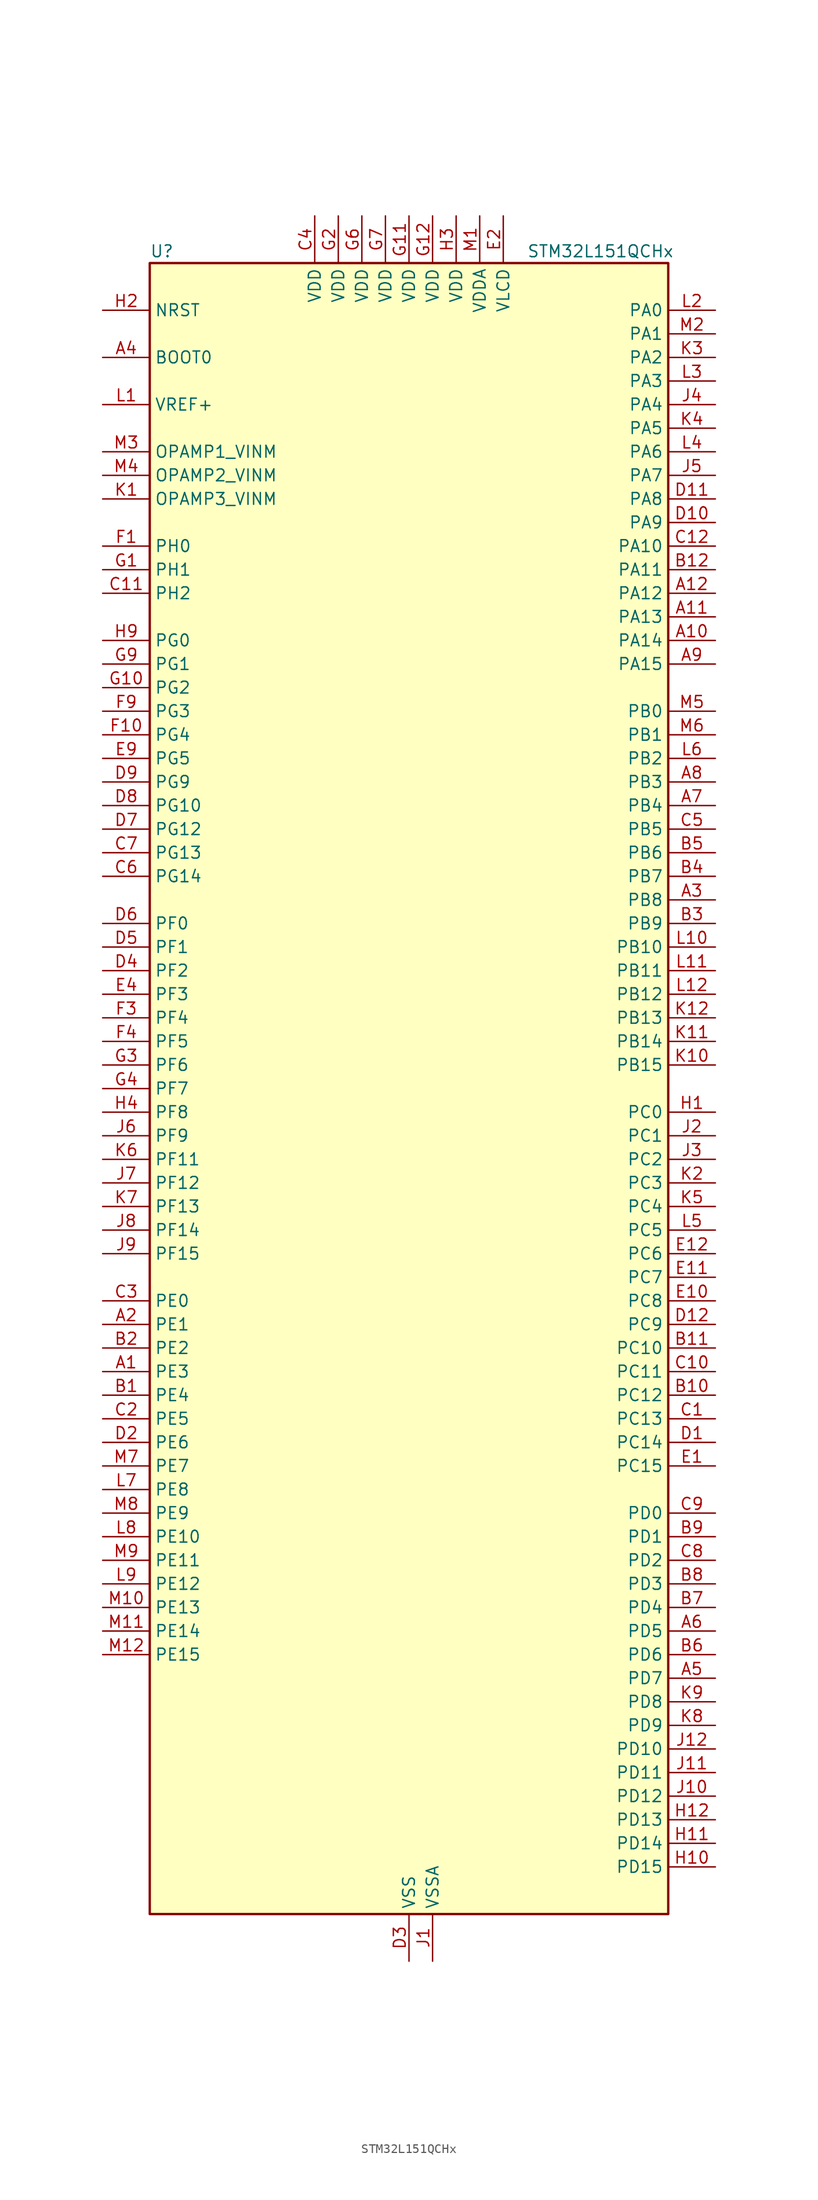
<source format=kicad_sym>
(kicad_symbol_lib
  (version 20241209)
  (generator "kicad_symbol_editor")
  (generator_version "9.0")
  (symbol "STM32L151QCHx"
    (property "Reference" "U"
      (at -27.94 90.17 0)
      (effects (font (size 1.27 1.27)) (justify left)))
    (property "Value" "STM32L151QCHx"
      (at 12.7 90.17 0)
      (effects (font (size 1.27 1.27)) (justify left)))
    (symbol "STM32L151QCHx_0_1"
      (rectangle (start -27.94 -88.9) (end 27.94 88.9) (stroke (width 0.254) (type default)) (fill (type background))))
    (symbol "STM32L151QCHx_1_1"
      (pin input line (at -33.02 83.82 0) (length 5.08) (name "NRST" (effects (font (size 1.27 1.27)))) (number "H2" (effects (font (size 1.27 1.27)))))
      (pin input line (at -33.02 78.74 0) (length 5.08) (name "BOOT0" (effects (font (size 1.27 1.27)))) (number "A4" (effects (font (size 1.27 1.27)))))
      (pin input line (at -33.02 73.66 0) (length 5.08) (name "VREF+" (effects (font (size 1.27 1.27)))) (number "L1" (effects (font (size 1.27 1.27)))))
      (pin input line (at -33.02 68.58 0) (length 5.08) (name "OPAMP1_VINM" (effects (font (size 1.27 1.27)))) (number "M3" (effects (font (size 1.27 1.27)))) (alternate "OPAMP1_VINM" bidirectional line))
      (pin input line (at -33.02 66.04 0) (length 5.08) (name "OPAMP2_VINM" (effects (font (size 1.27 1.27)))) (number "M4" (effects (font (size 1.27 1.27)))) (alternate "OPAMP2_VINM" bidirectional line))
      (pin input line (at -33.02 63.5 0) (length 5.08) (name "OPAMP3_VINM" (effects (font (size 1.27 1.27)))) (number "K1" (effects (font (size 1.27 1.27)))))
      (pin bidirectional line (at -33.02 58.42 0) (length 5.08) (name "PH0" (effects (font (size 1.27 1.27)))) (number "F1" (effects (font (size 1.27 1.27)))) (alternate "RCC_OSC_IN" bidirectional line))
      (pin bidirectional line (at -33.02 55.88 0) (length 5.08) (name "PH1" (effects (font (size 1.27 1.27)))) (number "G1" (effects (font (size 1.27 1.27)))) (alternate "RCC_OSC_OUT" bidirectional line))
      (pin bidirectional line (at -33.02 53.34 0) (length 5.08) (name "PH2" (effects (font (size 1.27 1.27)))) (number "C11" (effects (font (size 1.27 1.27)))))
      (pin bidirectional line (at -33.02 48.26 0) (length 5.08) (name "PG0" (effects (font (size 1.27 1.27)))) (number "H9" (effects (font (size 1.27 1.27)))) (alternate "ADC_IN8b" bidirectional line) (alternate "TS_G2_IO4" bidirectional line))
      (pin bidirectional line (at -33.02 45.72 0) (length 5.08) (name "PG1" (effects (font (size 1.27 1.27)))) (number "G9" (effects (font (size 1.27 1.27)))) (alternate "ADC_IN9b" bidirectional line) (alternate "TS_G2_IO5" bidirectional line))
      (pin bidirectional line (at -33.02 43.18 0) (length 5.08) (name "PG2" (effects (font (size 1.27 1.27)))) (number "G10" (effects (font (size 1.27 1.27)))) (alternate "ADC_IN10b" bidirectional line) (alternate "TS_G7_IO5" bidirectional line))
      (pin bidirectional line (at -33.02 40.64 0) (length 5.08) (name "PG3" (effects (font (size 1.27 1.27)))) (number "F9" (effects (font (size 1.27 1.27)))) (alternate "ADC_IN11b" bidirectional line) (alternate "TS_G7_IO6" bidirectional line))
      (pin bidirectional line (at -33.02 38.1 0) (length 5.08) (name "PG4" (effects (font (size 1.27 1.27)))) (number "F10" (effects (font (size 1.27 1.27)))) (alternate "ADC_IN12b" bidirectional line) (alternate "TS_G7_IO7" bidirectional line))
      (pin bidirectional line (at -33.02 35.56 0) (length 5.08) (name "PG5" (effects (font (size 1.27 1.27)))) (number "E9" (effects (font (size 1.27 1.27)))))
      (pin bidirectional line (at -33.02 33.02 0) (length 5.08) (name "PG9" (effects (font (size 1.27 1.27)))) (number "D9" (effects (font (size 1.27 1.27)))) (alternate "DAC_EXTI9" bidirectional line))
      (pin bidirectional line (at -33.02 30.48 0) (length 5.08) (name "PG10" (effects (font (size 1.27 1.27)))) (number "D8" (effects (font (size 1.27 1.27)))))
      (pin bidirectional line (at -33.02 27.94 0) (length 5.08) (name "PG12" (effects (font (size 1.27 1.27)))) (number "D7" (effects (font (size 1.27 1.27)))))
      (pin bidirectional line (at -33.02 25.4 0) (length 5.08) (name "PG13" (effects (font (size 1.27 1.27)))) (number "C7" (effects (font (size 1.27 1.27)))))
      (pin bidirectional line (at -33.02 22.86 0) (length 5.08) (name "PG14" (effects (font (size 1.27 1.27)))) (number "C6" (effects (font (size 1.27 1.27)))))
      (pin bidirectional line (at -33.02 17.78 0) (length 5.08) (name "PF0" (effects (font (size 1.27 1.27)))) (number "D6" (effects (font (size 1.27 1.27)))))
      (pin bidirectional line (at -33.02 15.24 0) (length 5.08) (name "PF1" (effects (font (size 1.27 1.27)))) (number "D5" (effects (font (size 1.27 1.27)))))
      (pin bidirectional line (at -33.02 12.7 0) (length 5.08) (name "PF2" (effects (font (size 1.27 1.27)))) (number "D4" (effects (font (size 1.27 1.27)))))
      (pin bidirectional line (at -33.02 10.16 0) (length 5.08) (name "PF3" (effects (font (size 1.27 1.27)))) (number "E4" (effects (font (size 1.27 1.27)))))
      (pin bidirectional line (at -33.02 7.62 0) (length 5.08) (name "PF4" (effects (font (size 1.27 1.27)))) (number "F3" (effects (font (size 1.27 1.27)))))
      (pin bidirectional line (at -33.02 5.08 0) (length 5.08) (name "PF5" (effects (font (size 1.27 1.27)))) (number "F4" (effects (font (size 1.27 1.27)))))
      (pin bidirectional line (at -33.02 2.54 0) (length 5.08) (name "PF6" (effects (font (size 1.27 1.27)))) (number "G3" (effects (font (size 1.27 1.27)))) (alternate "ADC_IN27" bidirectional line) (alternate "TIM5_CH1" bidirectional line) (alternate "TIM5_ETR" bidirectional line) (alternate "TS_G11_IO1" bidirectional line))
      (pin bidirectional line (at -33.02 0 0) (length 5.08) (name "PF7" (effects (font (size 1.27 1.27)))) (number "G4" (effects (font (size 1.27 1.27)))) (alternate "ADC_IN28" bidirectional line) (alternate "COMP1_INP" bidirectional line) (alternate "TIM5_CH2" bidirectional line) (alternate "TS_G11_IO2" bidirectional line))
      (pin bidirectional line (at -33.02 -2.54 0) (length 5.08) (name "PF8" (effects (font (size 1.27 1.27)))) (number "H4" (effects (font (size 1.27 1.27)))) (alternate "ADC_IN29" bidirectional line) (alternate "COMP1_INP" bidirectional line) (alternate "TIM5_CH3" bidirectional line) (alternate "TS_G11_IO3" bidirectional line))
      (pin bidirectional line (at -33.02 -5.08 0) (length 5.08) (name "PF9" (effects (font (size 1.27 1.27)))) (number "J6" (effects (font (size 1.27 1.27)))) (alternate "ADC_IN30" bidirectional line) (alternate "COMP1_INP" bidirectional line) (alternate "DAC_EXTI9" bidirectional line) (alternate "TIM5_CH4" bidirectional line) (alternate "TS_G11_IO4" bidirectional line))
      (pin bidirectional line (at -33.02 -7.62 0) (length 5.08) (name "PF11" (effects (font (size 1.27 1.27)))) (number "K6" (effects (font (size 1.27 1.27)))) (alternate "ADC_EXTI11" bidirectional line) (alternate "ADC_IN1b" bidirectional line) (alternate "TS_G3_IO4" bidirectional line))
      (pin bidirectional line (at -33.02 -10.16 0) (length 5.08) (name "PF12" (effects (font (size 1.27 1.27)))) (number "J7" (effects (font (size 1.27 1.27)))) (alternate "ADC_IN2b" bidirectional line) (alternate "TS_G3_IO5" bidirectional line))
      (pin bidirectional line (at -33.02 -12.7 0) (length 5.08) (name "PF13" (effects (font (size 1.27 1.27)))) (number "K7" (effects (font (size 1.27 1.27)))) (alternate "ADC_IN3b" bidirectional line) (alternate "TS_G9_IO3" bidirectional line))
      (pin bidirectional line (at -33.02 -15.24 0) (length 5.08) (name "PF14" (effects (font (size 1.27 1.27)))) (number "J8" (effects (font (size 1.27 1.27)))) (alternate "ADC_IN6b" bidirectional line) (alternate "TS_G9_IO4" bidirectional line))
      (pin bidirectional line (at -33.02 -17.78 0) (length 5.08) (name "PF15" (effects (font (size 1.27 1.27)))) (number "J9" (effects (font (size 1.27 1.27)))) (alternate "ADC_EXTI15" bidirectional line) (alternate "ADC_IN7b" bidirectional line) (alternate "TS_G2_IO3" bidirectional line))
      (pin bidirectional line (at -33.02 -22.86 0) (length 5.08) (name "PE0" (effects (font (size 1.27 1.27)))) (number "C3" (effects (font (size 1.27 1.27)))) (alternate "TIM10_CH1" bidirectional line) (alternate "TIM4_ETR" bidirectional line) (alternate "TIMX_IC1" bidirectional line))
      (pin bidirectional line (at -33.02 -25.4 0) (length 5.08) (name "PE1" (effects (font (size 1.27 1.27)))) (number "A2" (effects (font (size 1.27 1.27)))) (alternate "TIM11_CH1" bidirectional line) (alternate "TIMX_IC2" bidirectional line))
      (pin bidirectional line (at -33.02 -27.94 0) (length 5.08) (name "PE2" (effects (font (size 1.27 1.27)))) (number "B2" (effects (font (size 1.27 1.27)))) (alternate "SYS_TRACECK" bidirectional line) (alternate "TIM3_ETR" bidirectional line) (alternate "TIMX_IC3" bidirectional line))
      (pin bidirectional line (at -33.02 -30.48 0) (length 5.08) (name "PE3" (effects (font (size 1.27 1.27)))) (number "A1" (effects (font (size 1.27 1.27)))) (alternate "SYS_TRACED0" bidirectional line) (alternate "TIM3_CH1" bidirectional line) (alternate "TIMX_IC4" bidirectional line))
      (pin bidirectional line (at -33.02 -33.02 0) (length 5.08) (name "PE4" (effects (font (size 1.27 1.27)))) (number "B1" (effects (font (size 1.27 1.27)))) (alternate "SYS_TRACED1" bidirectional line) (alternate "TIM3_CH2" bidirectional line) (alternate "TIMX_IC1" bidirectional line))
      (pin bidirectional line (at -33.02 -35.56 0) (length 5.08) (name "PE5" (effects (font (size 1.27 1.27)))) (number "C2" (effects (font (size 1.27 1.27)))) (alternate "SYS_TRACED2" bidirectional line) (alternate "TIM9_CH1" bidirectional line) (alternate "TIMX_IC2" bidirectional line))
      (pin bidirectional line (at -33.02 -38.1 0) (length 5.08) (name "PE6" (effects (font (size 1.27 1.27)))) (number "D2" (effects (font (size 1.27 1.27)))) (alternate "RTC_TAMP3" bidirectional line) (alternate "SYS_TRACED3" bidirectional line) (alternate "SYS_WKUP3" bidirectional line) (alternate "TIM9_CH2" bidirectional line) (alternate "TIMX_IC3" bidirectional line))
      (pin bidirectional line (at -33.02 -40.64 0) (length 5.08) (name "PE7" (effects (font (size 1.27 1.27)))) (number "M7" (effects (font (size 1.27 1.27)))) (alternate "ADC_IN22" bidirectional line) (alternate "COMP1_INP" bidirectional line) (alternate "TIMX_IC4" bidirectional line))
      (pin bidirectional line (at -33.02 -43.18 0) (length 5.08) (name "PE8" (effects (font (size 1.27 1.27)))) (number "L7" (effects (font (size 1.27 1.27)))) (alternate "ADC_IN23" bidirectional line) (alternate "COMP1_INP" bidirectional line) (alternate "TIMX_IC1" bidirectional line))
      (pin bidirectional line (at -33.02 -45.72 0) (length 5.08) (name "PE9" (effects (font (size 1.27 1.27)))) (number "M8" (effects (font (size 1.27 1.27)))) (alternate "ADC_IN24" bidirectional line) (alternate "COMP1_INP" bidirectional line) (alternate "DAC_EXTI9" bidirectional line) (alternate "TIM2_CH1" bidirectional line) (alternate "TIM2_ETR" bidirectional line) (alternate "TIMX_IC2" bidirectional line))
      (pin bidirectional line (at -33.02 -48.26 0) (length 5.08) (name "PE10" (effects (font (size 1.27 1.27)))) (number "L8" (effects (font (size 1.27 1.27)))) (alternate "ADC_IN25" bidirectional line) (alternate "COMP1_INP" bidirectional line) (alternate "TIM2_CH2" bidirectional line) (alternate "TIMX_IC3" bidirectional line))
      (pin bidirectional line (at -33.02 -50.8 0) (length 5.08) (name "PE11" (effects (font (size 1.27 1.27)))) (number "M9" (effects (font (size 1.27 1.27)))) (alternate "ADC_EXTI11" bidirectional line) (alternate "TIM2_CH3" bidirectional line) (alternate "TIMX_IC4" bidirectional line))
      (pin bidirectional line (at -33.02 -53.34 0) (length 5.08) (name "PE12" (effects (font (size 1.27 1.27)))) (number "L9" (effects (font (size 1.27 1.27)))) (alternate "SPI1_NSS" bidirectional line) (alternate "TIM2_CH4" bidirectional line) (alternate "TIMX_IC1" bidirectional line))
      (pin bidirectional line (at -33.02 -55.88 0) (length 5.08) (name "PE13" (effects (font (size 1.27 1.27)))) (number "M10" (effects (font (size 1.27 1.27)))) (alternate "SPI1_SCK" bidirectional line) (alternate "TIMX_IC2" bidirectional line))
      (pin bidirectional line (at -33.02 -58.42 0) (length 5.08) (name "PE14" (effects (font (size 1.27 1.27)))) (number "M11" (effects (font (size 1.27 1.27)))) (alternate "SPI1_MISO" bidirectional line) (alternate "TIMX_IC3" bidirectional line))
      (pin bidirectional line (at -33.02 -60.96 0) (length 5.08) (name "PE15" (effects (font (size 1.27 1.27)))) (number "M12" (effects (font (size 1.27 1.27)))) (alternate "ADC_EXTI15" bidirectional line) (alternate "SPI1_MOSI" bidirectional line) (alternate "TIMX_IC4" bidirectional line))
      (pin power_in line (at -10.16 93.98 270) (length 5.08) (name "VDD" (effects (font (size 1.27 1.27)))) (number "C4" (effects (font (size 1.27 1.27)))))
      (pin power_in line (at -7.62 93.98 270) (length 5.08) (name "VDD" (effects (font (size 1.27 1.27)))) (number "G2" (effects (font (size 1.27 1.27)))))
      (pin power_in line (at -5.08 93.98 270) (length 5.08) (name "VDD" (effects (font (size 1.27 1.27)))) (number "G6" (effects (font (size 1.27 1.27)))))
      (pin power_in line (at -2.54 93.98 270) (length 5.08) (name "VDD" (effects (font (size 1.27 1.27)))) (number "G7" (effects (font (size 1.27 1.27)))))
      (pin power_in line (at 0 93.98 270) (length 5.08) (name "VDD" (effects (font (size 1.27 1.27)))) (number "G11" (effects (font (size 1.27 1.27)))))
      (pin power_in line (at 0 -93.98 90) (length 5.08) (name "VSS" (effects (font (size 1.27 1.27)))) (number "D3" (effects (font (size 1.27 1.27)))))
      (pin passive line (at 0 -93.98 90) (length 5.08) (hide yes) (name "VSS" (effects (font (size 1.27 1.27)))) (number "E3" (effects (font (size 1.27 1.27)))))
      (pin passive line (at 0 -93.98 90) (length 5.08) (hide yes) (name "VSS" (effects (font (size 1.27 1.27)))) (number "F11" (effects (font (size 1.27 1.27)))))
      (pin passive line (at 0 -93.98 90) (length 5.08) (hide yes) (name "VSS" (effects (font (size 1.27 1.27)))) (number "F12" (effects (font (size 1.27 1.27)))))
      (pin passive line (at 0 -93.98 90) (length 5.08) (hide yes) (name "VSS" (effects (font (size 1.27 1.27)))) (number "F2" (effects (font (size 1.27 1.27)))))
      (pin passive line (at 0 -93.98 90) (length 5.08) (hide yes) (name "VSS" (effects (font (size 1.27 1.27)))) (number "F6" (effects (font (size 1.27 1.27)))))
      (pin passive line (at 0 -93.98 90) (length 5.08) (hide yes) (name "VSS" (effects (font (size 1.27 1.27)))) (number "F7" (effects (font (size 1.27 1.27)))))
      (pin power_in line (at 2.54 93.98 270) (length 5.08) (name "VDD" (effects (font (size 1.27 1.27)))) (number "G12" (effects (font (size 1.27 1.27)))))
      (pin power_in line (at 2.54 -93.98 90) (length 5.08) (name "VSSA" (effects (font (size 1.27 1.27)))) (number "J1" (effects (font (size 1.27 1.27)))))
      (pin power_in line (at 5.08 93.98 270) (length 5.08) (name "VDD" (effects (font (size 1.27 1.27)))) (number "H3" (effects (font (size 1.27 1.27)))))
      (pin power_in line (at 7.62 93.98 270) (length 5.08) (name "VDDA" (effects (font (size 1.27 1.27)))) (number "M1" (effects (font (size 1.27 1.27)))))
      (pin power_in line (at 10.16 93.98 270) (length 5.08) (name "VLCD" (effects (font (size 1.27 1.27)))) (number "E2" (effects (font (size 1.27 1.27)))))
      (pin bidirectional line (at 33.02 83.82 180) (length 5.08) (name "PA0" (effects (font (size 1.27 1.27)))) (number "L2" (effects (font (size 1.27 1.27)))) (alternate "ADC_IN0" bidirectional line) (alternate "COMP1_INP" bidirectional line) (alternate "RTC_TAMP2" bidirectional line) (alternate "SYS_WKUP1" bidirectional line) (alternate "TIM2_CH1" bidirectional line) (alternate "TIM2_ETR" bidirectional line) (alternate "TIM5_CH1" bidirectional line) (alternate "TIMX_IC1" bidirectional line) (alternate "TS_G1_IO1" bidirectional line) (alternate "USART2_CTS" bidirectional line))
      (pin bidirectional line (at 33.02 81.28 180) (length 5.08) (name "PA1" (effects (font (size 1.27 1.27)))) (number "M2" (effects (font (size 1.27 1.27)))) (alternate "ADC_IN1" bidirectional line) (alternate "COMP1_INP" bidirectional line) (alternate "OPAMP1_VINP" bidirectional line) (alternate "TIM2_CH2" bidirectional line) (alternate "TIM5_CH2" bidirectional line) (alternate "TIMX_IC2" bidirectional line) (alternate "TS_G1_IO2" bidirectional line) (alternate "USART2_RTS" bidirectional line))
      (pin bidirectional line (at 33.02 78.74 180) (length 5.08) (name "PA2" (effects (font (size 1.27 1.27)))) (number "K3" (effects (font (size 1.27 1.27)))) (alternate "ADC_IN2" bidirectional line) (alternate "COMP1_INP" bidirectional line) (alternate "TIM2_CH3" bidirectional line) (alternate "TIM5_CH3" bidirectional line) (alternate "TIM9_CH1" bidirectional line) (alternate "TIMX_IC3" bidirectional line) (alternate "TS_G1_IO3" bidirectional line) (alternate "USART2_TX" bidirectional line))
      (pin bidirectional line (at 33.02 76.2 180) (length 5.08) (name "PA3" (effects (font (size 1.27 1.27)))) (number "L3" (effects (font (size 1.27 1.27)))) (alternate "ADC_IN3" bidirectional line) (alternate "COMP1_INP" bidirectional line) (alternate "OPAMP1_VOUT" bidirectional line) (alternate "TIM2_CH4" bidirectional line) (alternate "TIM5_CH4" bidirectional line) (alternate "TIM9_CH2" bidirectional line) (alternate "TIMX_IC4" bidirectional line) (alternate "TS_G1_IO4" bidirectional line) (alternate "USART2_RX" bidirectional line))
      (pin bidirectional line (at 33.02 73.66 180) (length 5.08) (name "PA4" (effects (font (size 1.27 1.27)))) (number "J4" (effects (font (size 1.27 1.27)))) (alternate "ADC_IN4" bidirectional line) (alternate "COMP1_INP" bidirectional line) (alternate "DAC_OUT1" bidirectional line) (alternate "I2S3_WS" bidirectional line) (alternate "SPI1_NSS" bidirectional line) (alternate "SPI3_NSS" bidirectional line) (alternate "TIMX_IC1" bidirectional line) (alternate "USART2_CK" bidirectional line))
      (pin bidirectional line (at 33.02 71.12 180) (length 5.08) (name "PA5" (effects (font (size 1.27 1.27)))) (number "K4" (effects (font (size 1.27 1.27)))) (alternate "ADC_IN5" bidirectional line) (alternate "COMP1_INP" bidirectional line) (alternate "DAC_OUT2" bidirectional line) (alternate "SPI1_SCK" bidirectional line) (alternate "TIM2_CH1" bidirectional line) (alternate "TIM2_ETR" bidirectional line) (alternate "TIMX_IC2" bidirectional line))
      (pin bidirectional line (at 33.02 68.58 180) (length 5.08) (name "PA6" (effects (font (size 1.27 1.27)))) (number "L4" (effects (font (size 1.27 1.27)))) (alternate "ADC_IN6" bidirectional line) (alternate "COMP1_INP" bidirectional line) (alternate "OPAMP2_VINP" bidirectional line) (alternate "SPI1_MISO" bidirectional line) (alternate "TIM10_CH1" bidirectional line) (alternate "TIM3_CH1" bidirectional line) (alternate "TIMX_IC3" bidirectional line) (alternate "TS_G2_IO1" bidirectional line))
      (pin bidirectional line (at 33.02 66.04 180) (length 5.08) (name "PA7" (effects (font (size 1.27 1.27)))) (number "J5" (effects (font (size 1.27 1.27)))) (alternate "ADC_IN7" bidirectional line) (alternate "COMP1_INP" bidirectional line) (alternate "SPI1_MOSI" bidirectional line) (alternate "TIM11_CH1" bidirectional line) (alternate "TIM3_CH2" bidirectional line) (alternate "TIMX_IC4" bidirectional line) (alternate "TS_G2_IO2" bidirectional line))
      (pin bidirectional line (at 33.02 63.5 180) (length 5.08) (name "PA8" (effects (font (size 1.27 1.27)))) (number "D11" (effects (font (size 1.27 1.27)))) (alternate "RCC_MCO" bidirectional line) (alternate "TIMX_IC1" bidirectional line) (alternate "TS_G4_IO1" bidirectional line) (alternate "USART1_CK" bidirectional line))
      (pin bidirectional line (at 33.02 60.96 180) (length 5.08) (name "PA9" (effects (font (size 1.27 1.27)))) (number "D10" (effects (font (size 1.27 1.27)))) (alternate "DAC_EXTI9" bidirectional line) (alternate "TIMX_IC2" bidirectional line) (alternate "TS_G4_IO2" bidirectional line) (alternate "USART1_TX" bidirectional line))
      (pin bidirectional line (at 33.02 58.42 180) (length 5.08) (name "PA10" (effects (font (size 1.27 1.27)))) (number "C12" (effects (font (size 1.27 1.27)))) (alternate "TIMX_IC3" bidirectional line) (alternate "TS_G4_IO3" bidirectional line) (alternate "USART1_RX" bidirectional line))
      (pin bidirectional line (at 33.02 55.88 180) (length 5.08) (name "PA11" (effects (font (size 1.27 1.27)))) (number "B12" (effects (font (size 1.27 1.27)))) (alternate "ADC_EXTI11" bidirectional line) (alternate "SPI1_MISO" bidirectional line) (alternate "TIMX_IC4" bidirectional line) (alternate "USART1_CTS" bidirectional line) (alternate "USB_DM" bidirectional line))
      (pin bidirectional line (at 33.02 53.34 180) (length 5.08) (name "PA12" (effects (font (size 1.27 1.27)))) (number "A12" (effects (font (size 1.27 1.27)))) (alternate "SPI1_MOSI" bidirectional line) (alternate "TIMX_IC1" bidirectional line) (alternate "USART1_RTS" bidirectional line) (alternate "USB_DP" bidirectional line))
      (pin bidirectional line (at 33.02 50.8 180) (length 5.08) (name "PA13" (effects (font (size 1.27 1.27)))) (number "A11" (effects (font (size 1.27 1.27)))) (alternate "SYS_JTMS-SWDIO" bidirectional line) (alternate "TIMX_IC2" bidirectional line) (alternate "TS_G5_IO1" bidirectional line))
      (pin bidirectional line (at 33.02 48.26 180) (length 5.08) (name "PA14" (effects (font (size 1.27 1.27)))) (number "A10" (effects (font (size 1.27 1.27)))) (alternate "SYS_JTCK-SWCLK" bidirectional line) (alternate "TIMX_IC3" bidirectional line) (alternate "TS_G5_IO2" bidirectional line))
      (pin bidirectional line (at 33.02 45.72 180) (length 5.08) (name "PA15" (effects (font (size 1.27 1.27)))) (number "A9" (effects (font (size 1.27 1.27)))) (alternate "ADC_EXTI15" bidirectional line) (alternate "I2S3_WS" bidirectional line) (alternate "SPI1_NSS" bidirectional line) (alternate "SPI3_NSS" bidirectional line) (alternate "SYS_JTDI" bidirectional line) (alternate "TIM2_CH1" bidirectional line) (alternate "TIM2_ETR" bidirectional line) (alternate "TIMX_IC4" bidirectional line) (alternate "TS_G5_IO3" bidirectional line))
      (pin bidirectional line (at 33.02 40.64 180) (length 5.08) (name "PB0" (effects (font (size 1.27 1.27)))) (number "M5" (effects (font (size 1.27 1.27)))) (alternate "ADC_IN8" bidirectional line) (alternate "COMP1_INP" bidirectional line) (alternate "OPAMP2_VOUT" bidirectional line) (alternate "SYS_V_REF_OUT" bidirectional line) (alternate "TIM3_CH3" bidirectional line) (alternate "TS_G3_IO1" bidirectional line))
      (pin bidirectional line (at 33.02 38.1 180) (length 5.08) (name "PB1" (effects (font (size 1.27 1.27)))) (number "M6" (effects (font (size 1.27 1.27)))) (alternate "ADC_IN9" bidirectional line) (alternate "COMP1_INP" bidirectional line) (alternate "SYS_V_REF_OUT" bidirectional line) (alternate "TIM3_CH4" bidirectional line) (alternate "TS_G3_IO2" bidirectional line))
      (pin bidirectional line (at 33.02 35.56 180) (length 5.08) (name "PB2" (effects (font (size 1.27 1.27)))) (number "L6" (effects (font (size 1.27 1.27)))) (alternate "ADC_IN0b" bidirectional line) (alternate "TS_G3_IO3" bidirectional line))
      (pin bidirectional line (at 33.02 33.02 180) (length 5.08) (name "PB3" (effects (font (size 1.27 1.27)))) (number "A8" (effects (font (size 1.27 1.27)))) (alternate "COMP2_INM" bidirectional line) (alternate "I2S3_CK" bidirectional line) (alternate "SPI1_SCK" bidirectional line) (alternate "SPI3_SCK" bidirectional line) (alternate "SYS_JTDO-TRACESWO" bidirectional line) (alternate "TIM2_CH2" bidirectional line))
      (pin bidirectional line (at 33.02 30.48 180) (length 5.08) (name "PB4" (effects (font (size 1.27 1.27)))) (number "A7" (effects (font (size 1.27 1.27)))) (alternate "COMP2_INP" bidirectional line) (alternate "SPI1_MISO" bidirectional line) (alternate "SPI3_MISO" bidirectional line) (alternate "SYS_JTRST" bidirectional line) (alternate "TIM3_CH1" bidirectional line) (alternate "TS_G6_IO1" bidirectional line))
      (pin bidirectional line (at 33.02 27.94 180) (length 5.08) (name "PB5" (effects (font (size 1.27 1.27)))) (number "C5" (effects (font (size 1.27 1.27)))) (alternate "COMP2_INP" bidirectional line) (alternate "I2C1_SMBA" bidirectional line) (alternate "I2S3_SD" bidirectional line) (alternate "SPI1_MOSI" bidirectional line) (alternate "SPI3_MOSI" bidirectional line) (alternate "TIM3_CH2" bidirectional line) (alternate "TS_G6_IO2" bidirectional line))
      (pin bidirectional line (at 33.02 25.4 180) (length 5.08) (name "PB6" (effects (font (size 1.27 1.27)))) (number "B5" (effects (font (size 1.27 1.27)))) (alternate "COMP2_INP" bidirectional line) (alternate "I2C1_SCL" bidirectional line) (alternate "TIM4_CH1" bidirectional line) (alternate "TS_G6_IO3" bidirectional line) (alternate "USART1_TX" bidirectional line))
      (pin bidirectional line (at 33.02 22.86 180) (length 5.08) (name "PB7" (effects (font (size 1.27 1.27)))) (number "B4" (effects (font (size 1.27 1.27)))) (alternate "COMP2_INP" bidirectional line) (alternate "I2C1_SDA" bidirectional line) (alternate "SYS_PVD_IN" bidirectional line) (alternate "TIM4_CH2" bidirectional line) (alternate "TS_G6_IO4" bidirectional line) (alternate "USART1_RX" bidirectional line))
      (pin bidirectional line (at 33.02 20.32 180) (length 5.08) (name "PB8" (effects (font (size 1.27 1.27)))) (number "A3" (effects (font (size 1.27 1.27)))) (alternate "I2C1_SCL" bidirectional line) (alternate "TIM10_CH1" bidirectional line) (alternate "TIM4_CH3" bidirectional line))
      (pin bidirectional line (at 33.02 17.78 180) (length 5.08) (name "PB9" (effects (font (size 1.27 1.27)))) (number "B3" (effects (font (size 1.27 1.27)))) (alternate "DAC_EXTI9" bidirectional line) (alternate "I2C1_SDA" bidirectional line) (alternate "TIM11_CH1" bidirectional line) (alternate "TIM4_CH4" bidirectional line))
      (pin bidirectional line (at 33.02 15.24 180) (length 5.08) (name "PB10" (effects (font (size 1.27 1.27)))) (number "L10" (effects (font (size 1.27 1.27)))) (alternate "I2C2_SCL" bidirectional line) (alternate "TIM2_CH3" bidirectional line) (alternate "USART3_TX" bidirectional line))
      (pin bidirectional line (at 33.02 12.7 180) (length 5.08) (name "PB11" (effects (font (size 1.27 1.27)))) (number "L11" (effects (font (size 1.27 1.27)))) (alternate "ADC_EXTI11" bidirectional line) (alternate "I2C2_SDA" bidirectional line) (alternate "TIM2_CH4" bidirectional line) (alternate "USART3_RX" bidirectional line))
      (pin bidirectional line (at 33.02 10.16 180) (length 5.08) (name "PB12" (effects (font (size 1.27 1.27)))) (number "L12" (effects (font (size 1.27 1.27)))) (alternate "ADC_IN18" bidirectional line) (alternate "COMP1_INP" bidirectional line) (alternate "I2C2_SMBA" bidirectional line) (alternate "I2S2_WS" bidirectional line) (alternate "SPI2_NSS" bidirectional line) (alternate "TIM10_CH1" bidirectional line) (alternate "TS_G7_IO1" bidirectional line) (alternate "USART3_CK" bidirectional line))
      (pin bidirectional line (at 33.02 7.62 180) (length 5.08) (name "PB13" (effects (font (size 1.27 1.27)))) (number "K12" (effects (font (size 1.27 1.27)))) (alternate "ADC_IN19" bidirectional line) (alternate "COMP1_INP" bidirectional line) (alternate "I2S2_CK" bidirectional line) (alternate "SPI2_SCK" bidirectional line) (alternate "TIM9_CH1" bidirectional line) (alternate "TS_G7_IO2" bidirectional line) (alternate "USART3_CTS" bidirectional line))
      (pin bidirectional line (at 33.02 5.08 180) (length 5.08) (name "PB14" (effects (font (size 1.27 1.27)))) (number "K11" (effects (font (size 1.27 1.27)))) (alternate "ADC_IN20" bidirectional line) (alternate "COMP1_INP" bidirectional line) (alternate "SPI2_MISO" bidirectional line) (alternate "TIM9_CH2" bidirectional line) (alternate "TS_G7_IO3" bidirectional line) (alternate "USART3_RTS" bidirectional line))
      (pin bidirectional line (at 33.02 2.54 180) (length 5.08) (name "PB15" (effects (font (size 1.27 1.27)))) (number "K10" (effects (font (size 1.27 1.27)))) (alternate "ADC_EXTI15" bidirectional line) (alternate "ADC_IN21" bidirectional line) (alternate "COMP1_INP" bidirectional line) (alternate "I2S2_SD" bidirectional line) (alternate "RTC_REFIN" bidirectional line) (alternate "SPI2_MOSI" bidirectional line) (alternate "TIM11_CH1" bidirectional line) (alternate "TS_G7_IO4" bidirectional line))
      (pin bidirectional line (at 33.02 -2.54 180) (length 5.08) (name "PC0" (effects (font (size 1.27 1.27)))) (number "H1" (effects (font (size 1.27 1.27)))) (alternate "ADC_IN10" bidirectional line) (alternate "COMP1_INP" bidirectional line) (alternate "TIMX_IC1" bidirectional line) (alternate "TS_G8_IO1" bidirectional line))
      (pin bidirectional line (at 33.02 -5.08 180) (length 5.08) (name "PC1" (effects (font (size 1.27 1.27)))) (number "J2" (effects (font (size 1.27 1.27)))) (alternate "ADC_IN11" bidirectional line) (alternate "COMP1_INP" bidirectional line) (alternate "TIMX_IC2" bidirectional line) (alternate "TS_G8_IO2" bidirectional line))
      (pin bidirectional line (at 33.02 -7.62 180) (length 5.08) (name "PC2" (effects (font (size 1.27 1.27)))) (number "J3" (effects (font (size 1.27 1.27)))) (alternate "ADC_IN12" bidirectional line) (alternate "COMP1_INP" bidirectional line) (alternate "TIMX_IC3" bidirectional line) (alternate "TS_G8_IO3" bidirectional line))
      (pin bidirectional line (at 33.02 -10.16 180) (length 5.08) (name "PC3" (effects (font (size 1.27 1.27)))) (number "K2" (effects (font (size 1.27 1.27)))) (alternate "ADC_IN13" bidirectional line) (alternate "COMP1_INP" bidirectional line) (alternate "TIMX_IC4" bidirectional line) (alternate "TS_G8_IO4" bidirectional line))
      (pin bidirectional line (at 33.02 -12.7 180) (length 5.08) (name "PC4" (effects (font (size 1.27 1.27)))) (number "K5" (effects (font (size 1.27 1.27)))) (alternate "ADC_IN14" bidirectional line) (alternate "COMP1_INP" bidirectional line) (alternate "TIMX_IC1" bidirectional line) (alternate "TS_G9_IO1" bidirectional line))
      (pin bidirectional line (at 33.02 -15.24 180) (length 5.08) (name "PC5" (effects (font (size 1.27 1.27)))) (number "L5" (effects (font (size 1.27 1.27)))) (alternate "ADC_IN15" bidirectional line) (alternate "COMP1_INP" bidirectional line) (alternate "TIMX_IC2" bidirectional line) (alternate "TS_G9_IO2" bidirectional line))
      (pin bidirectional line (at 33.02 -17.78 180) (length 5.08) (name "PC6" (effects (font (size 1.27 1.27)))) (number "E12" (effects (font (size 1.27 1.27)))) (alternate "I2S2_MCK" bidirectional line) (alternate "TIM3_CH1" bidirectional line) (alternate "TIMX_IC3" bidirectional line) (alternate "TS_G10_IO1" bidirectional line))
      (pin bidirectional line (at 33.02 -20.32 180) (length 5.08) (name "PC7" (effects (font (size 1.27 1.27)))) (number "E11" (effects (font (size 1.27 1.27)))) (alternate "I2S3_MCK" bidirectional line) (alternate "TIM3_CH2" bidirectional line) (alternate "TIMX_IC4" bidirectional line) (alternate "TS_G10_IO2" bidirectional line))
      (pin bidirectional line (at 33.02 -22.86 180) (length 5.08) (name "PC8" (effects (font (size 1.27 1.27)))) (number "E10" (effects (font (size 1.27 1.27)))) (alternate "TIM3_CH3" bidirectional line) (alternate "TIMX_IC1" bidirectional line) (alternate "TS_G10_IO3" bidirectional line))
      (pin bidirectional line (at 33.02 -25.4 180) (length 5.08) (name "PC9" (effects (font (size 1.27 1.27)))) (number "D12" (effects (font (size 1.27 1.27)))) (alternate "DAC_EXTI9" bidirectional line) (alternate "TIM3_CH4" bidirectional line) (alternate "TIMX_IC2" bidirectional line) (alternate "TS_G10_IO4" bidirectional line))
      (pin bidirectional line (at 33.02 -27.94 180) (length 5.08) (name "PC10" (effects (font (size 1.27 1.27)))) (number "B11" (effects (font (size 1.27 1.27)))) (alternate "I2S3_CK" bidirectional line) (alternate "SPI3_SCK" bidirectional line) (alternate "TIMX_IC3" bidirectional line) (alternate "USART3_TX" bidirectional line))
      (pin bidirectional line (at 33.02 -30.48 180) (length 5.08) (name "PC11" (effects (font (size 1.27 1.27)))) (number "C10" (effects (font (size 1.27 1.27)))) (alternate "ADC_EXTI11" bidirectional line) (alternate "SPI3_MISO" bidirectional line) (alternate "TIMX_IC4" bidirectional line) (alternate "USART3_RX" bidirectional line))
      (pin bidirectional line (at 33.02 -33.02 180) (length 5.08) (name "PC12" (effects (font (size 1.27 1.27)))) (number "B10" (effects (font (size 1.27 1.27)))) (alternate "I2S3_SD" bidirectional line) (alternate "SPI3_MOSI" bidirectional line) (alternate "TIMX_IC1" bidirectional line) (alternate "USART3_CK" bidirectional line))
      (pin bidirectional line (at 33.02 -35.56 180) (length 5.08) (name "PC13" (effects (font (size 1.27 1.27)))) (number "C1" (effects (font (size 1.27 1.27)))) (alternate "RTC_OUT_ALARM" bidirectional line) (alternate "RTC_OUT_CALIB" bidirectional line) (alternate "RTC_TAMP1" bidirectional line) (alternate "RTC_TS" bidirectional line) (alternate "SYS_WKUP2" bidirectional line) (alternate "TIMX_IC2" bidirectional line))
      (pin bidirectional line (at 33.02 -38.1 180) (length 5.08) (name "PC14" (effects (font (size 1.27 1.27)))) (number "D1" (effects (font (size 1.27 1.27)))) (alternate "RCC_OSC32_IN" bidirectional line) (alternate "TIMX_IC3" bidirectional line))
      (pin bidirectional line (at 33.02 -40.64 180) (length 5.08) (name "PC15" (effects (font (size 1.27 1.27)))) (number "E1" (effects (font (size 1.27 1.27)))) (alternate "ADC_EXTI15" bidirectional line) (alternate "RCC_OSC32_OUT" bidirectional line) (alternate "TIMX_IC4" bidirectional line))
      (pin bidirectional line (at 33.02 -45.72 180) (length 5.08) (name "PD0" (effects (font (size 1.27 1.27)))) (number "C9" (effects (font (size 1.27 1.27)))) (alternate "I2S2_WS" bidirectional line) (alternate "SPI2_NSS" bidirectional line) (alternate "TIM9_CH1" bidirectional line) (alternate "TIMX_IC1" bidirectional line))
      (pin bidirectional line (at 33.02 -48.26 180) (length 5.08) (name "PD1" (effects (font (size 1.27 1.27)))) (number "B9" (effects (font (size 1.27 1.27)))) (alternate "I2S2_CK" bidirectional line) (alternate "SPI2_SCK" bidirectional line) (alternate "TIMX_IC2" bidirectional line))
      (pin bidirectional line (at 33.02 -50.8 180) (length 5.08) (name "PD2" (effects (font (size 1.27 1.27)))) (number "C8" (effects (font (size 1.27 1.27)))) (alternate "TIM3_ETR" bidirectional line) (alternate "TIMX_IC3" bidirectional line))
      (pin bidirectional line (at 33.02 -53.34 180) (length 5.08) (name "PD3" (effects (font (size 1.27 1.27)))) (number "B8" (effects (font (size 1.27 1.27)))) (alternate "SPI2_MISO" bidirectional line) (alternate "TIMX_IC4" bidirectional line) (alternate "USART2_CTS" bidirectional line))
      (pin bidirectional line (at 33.02 -55.88 180) (length 5.08) (name "PD4" (effects (font (size 1.27 1.27)))) (number "B7" (effects (font (size 1.27 1.27)))) (alternate "I2S2_SD" bidirectional line) (alternate "SPI2_MOSI" bidirectional line) (alternate "TIMX_IC1" bidirectional line) (alternate "USART2_RTS" bidirectional line))
      (pin bidirectional line (at 33.02 -58.42 180) (length 5.08) (name "PD5" (effects (font (size 1.27 1.27)))) (number "A6" (effects (font (size 1.27 1.27)))) (alternate "TIMX_IC2" bidirectional line) (alternate "USART2_TX" bidirectional line))
      (pin bidirectional line (at 33.02 -60.96 180) (length 5.08) (name "PD6" (effects (font (size 1.27 1.27)))) (number "B6" (effects (font (size 1.27 1.27)))) (alternate "TIMX_IC3" bidirectional line) (alternate "USART2_RX" bidirectional line))
      (pin bidirectional line (at 33.02 -63.5 180) (length 5.08) (name "PD7" (effects (font (size 1.27 1.27)))) (number "A5" (effects (font (size 1.27 1.27)))) (alternate "TIM9_CH2" bidirectional line) (alternate "TIMX_IC4" bidirectional line) (alternate "USART2_CK" bidirectional line))
      (pin bidirectional line (at 33.02 -66.04 180) (length 5.08) (name "PD8" (effects (font (size 1.27 1.27)))) (number "K9" (effects (font (size 1.27 1.27)))) (alternate "TIMX_IC1" bidirectional line) (alternate "USART3_TX" bidirectional line))
      (pin bidirectional line (at 33.02 -68.58 180) (length 5.08) (name "PD9" (effects (font (size 1.27 1.27)))) (number "K8" (effects (font (size 1.27 1.27)))) (alternate "DAC_EXTI9" bidirectional line) (alternate "TIMX_IC2" bidirectional line) (alternate "USART3_RX" bidirectional line))
      (pin bidirectional line (at 33.02 -71.12 180) (length 5.08) (name "PD10" (effects (font (size 1.27 1.27)))) (number "J12" (effects (font (size 1.27 1.27)))) (alternate "TIMX_IC3" bidirectional line) (alternate "USART3_CK" bidirectional line))
      (pin bidirectional line (at 33.02 -73.66 180) (length 5.08) (name "PD11" (effects (font (size 1.27 1.27)))) (number "J11" (effects (font (size 1.27 1.27)))) (alternate "ADC_EXTI11" bidirectional line) (alternate "TIMX_IC4" bidirectional line) (alternate "USART3_CTS" bidirectional line))
      (pin bidirectional line (at 33.02 -76.2 180) (length 5.08) (name "PD12" (effects (font (size 1.27 1.27)))) (number "J10" (effects (font (size 1.27 1.27)))) (alternate "TIM4_CH1" bidirectional line) (alternate "TIMX_IC1" bidirectional line) (alternate "USART3_RTS" bidirectional line))
      (pin bidirectional line (at 33.02 -78.74 180) (length 5.08) (name "PD13" (effects (font (size 1.27 1.27)))) (number "H12" (effects (font (size 1.27 1.27)))) (alternate "TIM4_CH2" bidirectional line) (alternate "TIMX_IC2" bidirectional line))
      (pin bidirectional line (at 33.02 -81.28 180) (length 5.08) (name "PD14" (effects (font (size 1.27 1.27)))) (number "H11" (effects (font (size 1.27 1.27)))) (alternate "TIM4_CH3" bidirectional line) (alternate "TIMX_IC3" bidirectional line))
      (pin bidirectional line (at 33.02 -83.82 180) (length 5.08) (name "PD15" (effects (font (size 1.27 1.27)))) (number "H10" (effects (font (size 1.27 1.27)))) (alternate "ADC_EXTI15" bidirectional line) (alternate "TIM4_CH4" bidirectional line) (alternate "TIMX_IC4" bidirectional line)))))
</source>
